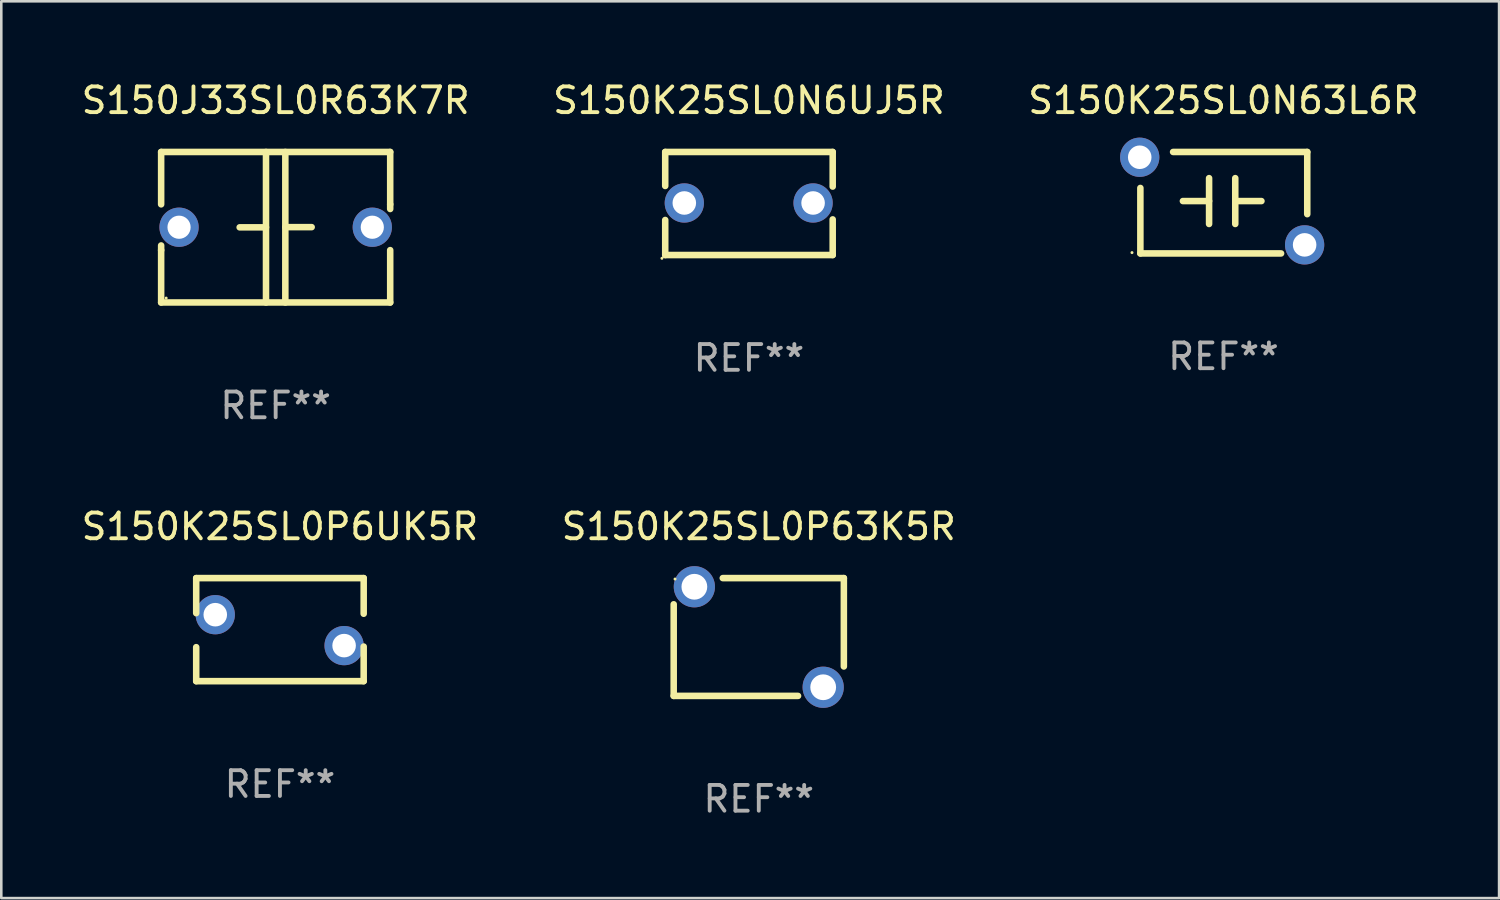
<source format=kicad_pcb>
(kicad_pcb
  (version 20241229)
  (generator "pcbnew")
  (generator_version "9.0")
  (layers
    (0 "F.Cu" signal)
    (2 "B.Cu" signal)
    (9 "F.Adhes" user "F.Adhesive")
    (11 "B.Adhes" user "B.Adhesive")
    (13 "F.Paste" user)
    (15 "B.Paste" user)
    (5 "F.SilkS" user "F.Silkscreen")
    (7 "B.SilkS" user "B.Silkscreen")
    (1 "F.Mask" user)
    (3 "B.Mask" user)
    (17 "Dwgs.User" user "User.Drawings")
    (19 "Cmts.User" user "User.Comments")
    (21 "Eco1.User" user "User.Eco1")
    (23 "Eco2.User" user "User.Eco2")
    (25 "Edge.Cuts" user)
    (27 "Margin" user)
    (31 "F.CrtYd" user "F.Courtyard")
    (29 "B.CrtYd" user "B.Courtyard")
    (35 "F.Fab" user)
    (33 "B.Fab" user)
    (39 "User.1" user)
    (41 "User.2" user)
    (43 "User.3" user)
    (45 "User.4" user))
  (footprint "S150K25SL0P6UK5R"
    (layer "F.Cu")
    (at 7.815 21.387)
    (property "Reference" "S150K25SL0P6UK5R" (at 0 -4 0) (layer "F.SilkS") (effects (font (size 1 1) (thickness 0.15))))
    (attr through_hole)
    (fp_line (start -3.25 -0.64) (end -3.25 -2) (stroke (width 0.254) (type solid)) (layer "F.SilkS"))
    (fp_line (start -3.25 2) (end -3.25 0.68) (stroke (width 0.254) (type solid)) (layer "F.SilkS"))
    (fp_line (start -3.25 2) (end 3.25 2) (stroke (width 0.254) (type solid)) (layer "F.SilkS"))
    (fp_line (start 3.25 -2) (end -3.25 -2) (stroke (width 0.254) (type solid)) (layer "F.SilkS"))
    (fp_line (start 3.25 -0.617) (end 3.25 -2) (stroke (width 0.254) (type solid)) (layer "F.SilkS"))
    (fp_line (start 3.25 2) (end 3.25 0.657) (stroke (width 0.254) (type solid)) (layer "F.SilkS"))
    (fp_circle (center -3.26 -1.98) (end -3.23 -1.98) (stroke (width 0.06) (type solid)) (fill no) (layer "F.SilkS"))
    (fp_text user "REF**" (at 0 6 0) (layer "F.Fab") (effects (font (size 1 1) (thickness 0.15))))
    (pad "1" thru_hole circle (at -2.51 -0.58) (size 1.524 1.524) (drill 0.914) (layers "*.Cu" "*.Mask"))
    (pad "2" thru_hole circle (at 2.49 0.62) (size 1.524 1.524) (drill 0.914) (layers "*.Cu" "*.Mask")))
  (footprint "S150J33SL0R63K7R"
    (layer "F.Cu")
    (at 7.649 5.769)
    (property "Reference" "S150J33SL0R63K7R" (at 0 -4.921 0) (layer "F.SilkS") (effects (font (size 1 1) (thickness 0.15))))
    (attr through_hole)
    (fp_line (start -4.445 -2.921) (end 4.445 -2.921) (stroke (width 0.254) (type solid)) (layer "F.SilkS"))
    (fp_line (start -4.445 -0.889) (end -4.445 -2.921) (stroke (width 0.254) (type solid)) (layer "F.SilkS"))
    (fp_line (start -4.445 0.889) (end -4.445 0.708) (stroke (width 0.254) (type solid)) (layer "F.SilkS"))
    (fp_line (start -4.445 2.921) (end -4.445 0.889) (stroke (width 0.254) (type solid)) (layer "F.SilkS"))
    (fp_line (start -0.375 0.004) (end -1.397 0.004) (stroke (width 0.254) (type solid)) (layer "F.SilkS"))
    (fp_line (start -0.375 2.921) (end -0.375 -2.921) (stroke (width 0.254) (type solid)) (layer "F.SilkS"))
    (fp_line (start 0.375 -2.921) (end 0.375 2.921) (stroke (width 0.254) (type solid)) (layer "F.SilkS"))
    (fp_line (start 0.375 -0.004) (end 1.397 -0.004) (stroke (width 0.254) (type solid)) (layer "F.SilkS"))
    (fp_line (start 4.445 -2.921) (end 4.445 -0.889) (stroke (width 0.254) (type solid)) (layer "F.SilkS"))
    (fp_line (start 4.445 -0.889) (end 4.445 -0.708) (stroke (width 0.254) (type solid)) (layer "F.SilkS"))
    (fp_line (start 4.445 0.889) (end 4.445 2.921) (stroke (width 0.254) (type solid)) (layer "F.SilkS"))
    (fp_line (start 4.445 2.921) (end -4.445 2.921) (stroke (width 0.254) (type solid)) (layer "F.SilkS"))
    (fp_circle (center -4.25 2.75) (end -4.22 2.75) (stroke (width 0.06) (type solid)) (fill no) (layer "F.SilkS"))
    (fp_text user "REF**" (at 0 6.921 0) (layer "F.Fab") (effects (font (size 1 1) (thickness 0.15))))
    (pad "1" thru_hole circle (at -3.75 0) (size 1.524 1.524) (drill 0.9) (layers "*.Cu" "*.Mask"))
    (pad "2" thru_hole circle (at 3.75 0) (size 1.524 1.524) (drill 0.9) (layers "*.Cu" "*.Mask")))
  (footprint "S150K25SL0P63K5R"
    (layer "F.Cu")
    (at 26.399 21.673)
    (property "Reference" "S150K25SL0P63K5R" (at 0 -4.286 0) (layer "F.SilkS") (effects (font (size 1 1) (thickness 0.15))))
    (attr through_hole)
    (fp_line (start -3.302 2.286) (end -3.302 -1.27) (stroke (width 0.254) (type solid)) (layer "F.SilkS"))
    (fp_line (start -3.302 2.286) (end 1.524 2.286) (stroke (width 0.254) (type solid)) (layer "F.SilkS"))
    (fp_line (start -1.397 -2.286) (end 3.302 -2.286) (stroke (width 0.254) (type solid)) (layer "F.SilkS"))
    (fp_line (start 3.302 -2.286) (end 3.302 1.143) (stroke (width 0.254) (type solid)) (layer "F.SilkS"))
    (fp_circle (center -3.25 -2.25) (end -3.22 -2.25) (stroke (width 0.06) (type solid)) (fill no) (layer "F.SilkS"))
    (fp_text user "REF**" (at 0 6.286 0) (layer "F.Fab") (effects (font (size 1 1) (thickness 0.15))))
    (pad "1" thru_hole circle (at -2.5 -1.95) (size 1.6 1.6) (drill 1) (layers "*.Cu" "*.Mask"))
    (pad "2" thru_hole circle (at 2.5 1.95) (size 1.6 1.6) (drill 1) (layers "*.Cu" "*.Mask")))
  (footprint "S150K25SL0N63L6R"
    (layer "F.Cu")
    (at 44.435 4.817)
    (property "Reference" "S150K25SL0N63L6R" (at 0 -3.969 0) (layer "F.SilkS") (effects (font (size 1 1) (thickness 0.15))))
    (attr through_hole)
    (fp_line (start -3.226 1.969) (end -3.226 -0.572) (stroke (width 0.254) (type solid)) (layer "F.SilkS"))
    (fp_line (start -0.559 -0.064) (end -1.575 -0.064) (stroke (width 0.254) (type solid)) (layer "F.SilkS"))
    (fp_line (start -0.559 0.826) (end -0.559 -0.953) (stroke (width 0.254) (type solid)) (layer "F.SilkS"))
    (fp_line (start 0.457 -0.953) (end 0.457 0.826) (stroke (width 0.254) (type solid)) (layer "F.SilkS"))
    (fp_line (start 0.457 -0.063) (end 1.473 -0.063) (stroke (width 0.254) (type solid)) (layer "F.SilkS"))
    (fp_line (start 2.235 1.969) (end -3.226 1.969) (stroke (width 0.254) (type solid)) (layer "F.SilkS"))
    (fp_line (start 3.251 -1.969) (end -1.956 -1.969) (stroke (width 0.254) (type solid)) (layer "F.SilkS"))
    (fp_line (start 3.251 -1.969) (end 3.251 0.445) (stroke (width 0.254) (type solid)) (layer "F.SilkS"))
    (fp_circle (center -3.551 1.937) (end -3.521 1.937) (stroke (width 0.06) (type solid)) (fill no) (layer "F.SilkS"))
    (fp_text user "REF**" (at 0 5.969 0) (layer "F.Fab") (effects (font (size 1 1) (thickness 0.15))))
    (pad "1" thru_hole circle (at -3.251 -1.764) (size 1.524 1.524) (drill 0.914) (layers "*.Cu" "*.Mask"))
    (pad "2" thru_hole circle (at 3.149 1.637) (size 1.524 1.524) (drill 0.914) (layers "*.Cu" "*.Mask")))
  (footprint "S150K25SL0N6UJ5R"
    (layer "F.Cu")
    (at 26.018 4.848)
    (property "Reference" "S150K25SL0N6UJ5R" (at 0 -4 0) (layer "F.SilkS") (effects (font (size 1 1) (thickness 0.15))))
    (attr through_hole)
    (fp_line (start -3.25 -2) (end -3.25 -0.68) (stroke (width 0.254) (type solid)) (layer "F.SilkS"))
    (fp_line (start -3.25 -2) (end 3.25 -2) (stroke (width 0.254) (type solid)) (layer "F.SilkS"))
    (fp_line (start -3.25 0.64) (end -3.25 2) (stroke (width 0.254) (type solid)) (layer "F.SilkS"))
    (fp_line (start 3.25 -2) (end 3.25 -0.657) (stroke (width 0.254) (type solid)) (layer "F.SilkS"))
    (fp_line (start 3.25 0.617) (end 3.25 2) (stroke (width 0.254) (type solid)) (layer "F.SilkS"))
    (fp_line (start 3.25 2) (end -3.25 2) (stroke (width 0.254) (type solid)) (layer "F.SilkS"))
    (fp_circle (center -3.377 2.127) (end -3.347 2.127) (stroke (width 0.06) (type solid)) (fill no) (layer "F.SilkS"))
    (fp_text user "REF**" (at 0 6 0) (layer "F.Fab") (effects (font (size 1 1) (thickness 0.15))))
    (pad "1" thru_hole circle (at -2.509 -0.02) (size 1.524 1.524) (drill 0.914) (layers "*.Cu" "*.Mask"))
    (pad "2" thru_hole circle (at 2.489 -0.02) (size 1.524 1.524) (drill 0.914) (layers "*.Cu" "*.Mask")))
  (gr_rect
    (start -3 -3)
    (end 55.131 31.807)
    (stroke (width 0.1) (type default))
    (fill no)
    (layer "Edge.Cuts")))
</source>
